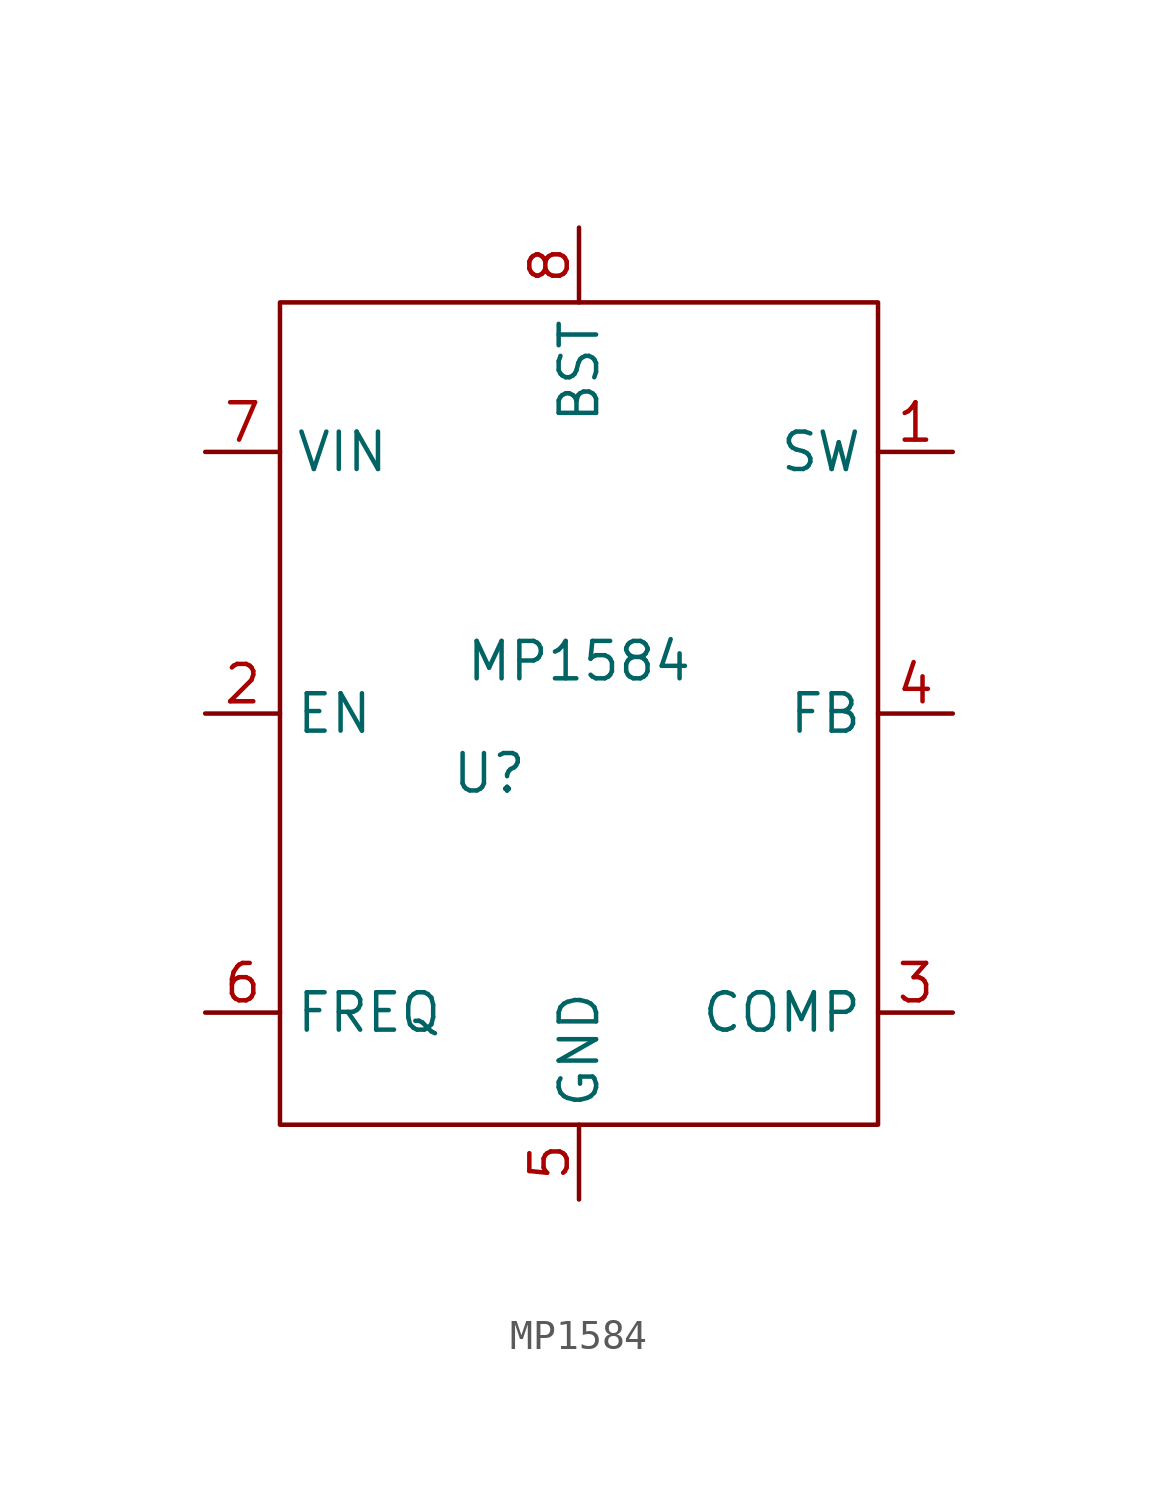
<source format=kicad_sym>
(kicad_symbol_lib
  (version 20241209)
  (generator "kicad_symbol_editor")
  (generator_version "9.0")
  (symbol "MP1584"
    (property "Reference" "U"
      (at -3.048 -2.032 0)
      (effects (font (size 1.27 1.27))))
    (property "Value" "MP1584"
      (at 0 1.778 0)
      (effects (font (size 1.27 1.27))))
    (symbol "MP1584_0_1"
      (rectangle (start -10.16 13.97) (end 10.16 -13.97) (stroke (width 0) (type default)) (fill (type none))))
    (symbol "MP1584_1_1"
      (pin power_in line (at -12.7 8.89 0) (length 2.54) (name "VIN" (effects (font (size 1.27 1.27)))) (number "7" (effects (font (size 1.27 1.27)))))
      (pin input line (at -12.7 0 0) (length 2.54) (name "EN" (effects (font (size 1.27 1.27)))) (number "2" (effects (font (size 1.27 1.27)))))
      (pin input line (at -12.7 -10.16 0) (length 2.54) (name "FREQ" (effects (font (size 1.27 1.27)))) (number "6" (effects (font (size 1.27 1.27)))))
      (pin input line (at 0 16.51 270) (length 2.54) (name "BST" (effects (font (size 1.27 1.27)))) (number "8" (effects (font (size 1.27 1.27)))))
      (pin power_in line (at 0 -16.51 90) (length 2.54) (name "GND" (effects (font (size 1.27 1.27)))) (number "5" (effects (font (size 1.27 1.27)))))
      (pin power_out line (at 12.7 8.89 180) (length 2.54) (name "SW" (effects (font (size 1.27 1.27)))) (number "1" (effects (font (size 1.27 1.27)))))
      (pin input line (at 12.7 0 180) (length 2.54) (name "FB" (effects (font (size 1.27 1.27)))) (number "4" (effects (font (size 1.27 1.27)))))
      (pin input line (at 12.7 -10.16 180) (length 2.54) (name "COMP" (effects (font (size 1.27 1.27)))) (number "3" (effects (font (size 1.27 1.27))))))))
</source>
